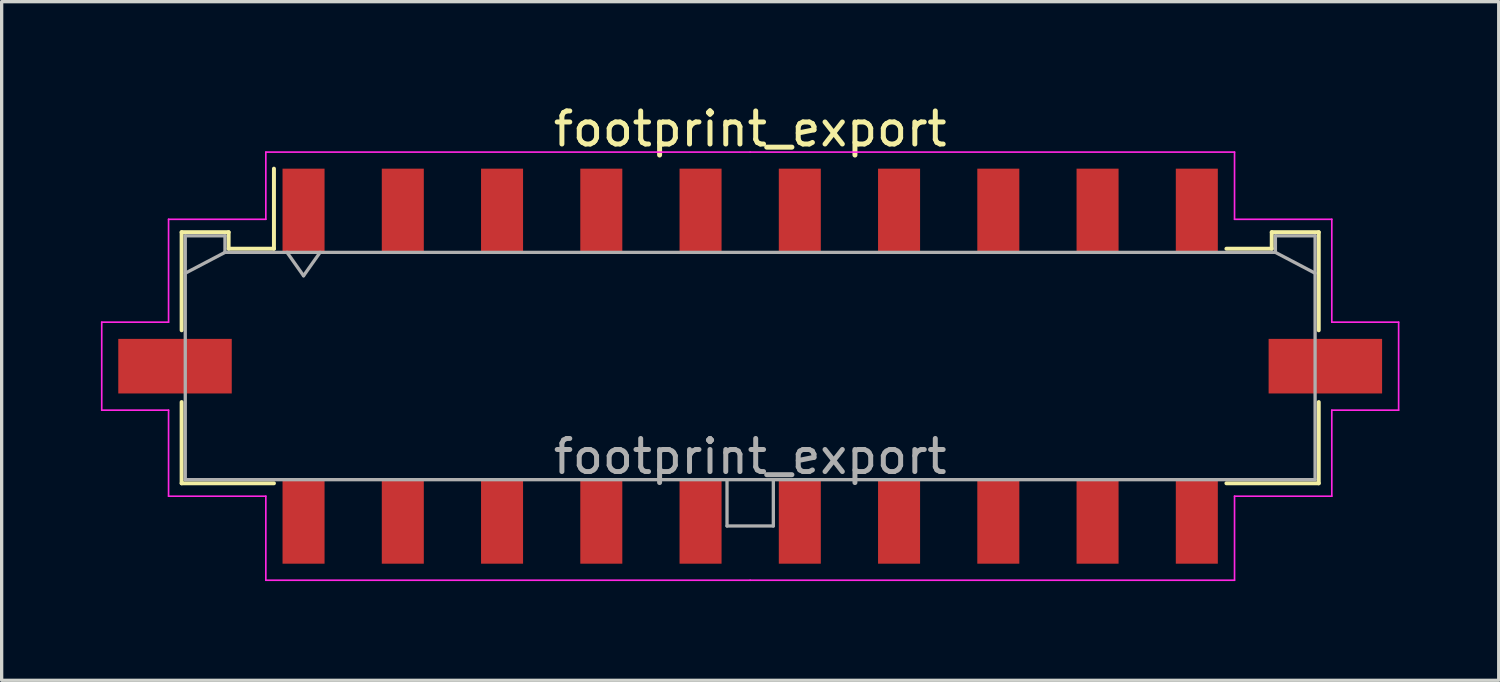
<source format=kicad_pcb>
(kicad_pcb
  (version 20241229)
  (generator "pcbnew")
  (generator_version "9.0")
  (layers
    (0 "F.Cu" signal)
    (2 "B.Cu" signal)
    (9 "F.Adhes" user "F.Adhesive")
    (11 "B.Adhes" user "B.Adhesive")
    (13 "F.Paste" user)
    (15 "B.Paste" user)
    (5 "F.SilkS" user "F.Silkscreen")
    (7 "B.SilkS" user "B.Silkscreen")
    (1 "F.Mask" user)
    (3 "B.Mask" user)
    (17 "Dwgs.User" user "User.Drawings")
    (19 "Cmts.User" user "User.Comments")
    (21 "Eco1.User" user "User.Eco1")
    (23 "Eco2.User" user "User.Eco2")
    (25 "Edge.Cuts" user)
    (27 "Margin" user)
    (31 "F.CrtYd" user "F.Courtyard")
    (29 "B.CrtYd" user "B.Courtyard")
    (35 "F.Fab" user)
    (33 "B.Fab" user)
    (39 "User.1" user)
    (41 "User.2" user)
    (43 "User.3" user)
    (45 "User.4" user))
  (footprint "footprint_export"
    (layer "F.Cu")
    (at 19.625 8.018)
    (property "Reference" "footprint_export" (at 0 -7.17 0) (layer "F.SilkS") (effects (font (size 1 1) (thickness 0.15))))
    (attr smd)
    (fp_line (start -17.185 -4.05) (end -15.765 -4.05) (stroke (width 0.12) (type solid)) (layer "F.SilkS"))
    (fp_line (start -17.185 -1.085) (end -17.185 -4.05) (stroke (width 0.12) (type solid)) (layer "F.SilkS"))
    (fp_line (start -17.185 1.085) (end -17.185 3.54) (stroke (width 0.12) (type solid)) (layer "F.SilkS"))
    (fp_line (start -17.185 3.54) (end -14.395 3.54) (stroke (width 0.12) (type solid)) (layer "F.SilkS"))
    (fp_line (start -15.765 -4.05) (end -15.765 -3.55) (stroke (width 0.12) (type solid)) (layer "F.SilkS"))
    (fp_line (start -15.765 -3.55) (end -14.395 -3.55) (stroke (width 0.12) (type solid)) (layer "F.SilkS"))
    (fp_line (start -14.395 -3.55) (end -14.395 -5.97) (stroke (width 0.12) (type solid)) (layer "F.SilkS"))
    (fp_line (start 15.765 -4.05) (end 15.765 -3.55) (stroke (width 0.12) (type solid)) (layer "F.SilkS"))
    (fp_line (start 15.765 -3.55) (end 14.395 -3.55) (stroke (width 0.12) (type solid)) (layer "F.SilkS"))
    (fp_line (start 17.185 -4.05) (end 15.765 -4.05) (stroke (width 0.12) (type solid)) (layer "F.SilkS"))
    (fp_line (start 17.185 -1.085) (end 17.185 -4.05) (stroke (width 0.12) (type solid)) (layer "F.SilkS"))
    (fp_line (start 17.185 1.085) (end 17.185 3.54) (stroke (width 0.12) (type solid)) (layer "F.SilkS"))
    (fp_line (start 17.185 3.54) (end 14.395 3.54) (stroke (width 0.12) (type solid)) (layer "F.SilkS"))
    (fp_line (start -19.6 -1.33) (end -19.6 1.33) (stroke (width 0.05) (type solid)) (layer "F.CrtYd"))
    (fp_line (start -19.6 1.33) (end -17.58 1.33) (stroke (width 0.05) (type solid)) (layer "F.CrtYd"))
    (fp_line (start -17.58 -4.44) (end -17.58 -1.33) (stroke (width 0.05) (type solid)) (layer "F.CrtYd"))
    (fp_line (start -17.58 -1.33) (end -19.6 -1.33) (stroke (width 0.05) (type solid)) (layer "F.CrtYd"))
    (fp_line (start -17.58 1.33) (end -17.58 3.93) (stroke (width 0.05) (type solid)) (layer "F.CrtYd"))
    (fp_line (start -17.58 3.93) (end -14.64 3.93) (stroke (width 0.05) (type solid)) (layer "F.CrtYd"))
    (fp_line (start -14.64 -6.47) (end -14.64 -4.44) (stroke (width 0.05) (type solid)) (layer "F.CrtYd"))
    (fp_line (start -14.64 -4.44) (end -17.58 -4.44) (stroke (width 0.05) (type solid)) (layer "F.CrtYd"))
    (fp_line (start -14.64 3.93) (end -14.64 6.47) (stroke (width 0.05) (type solid)) (layer "F.CrtYd"))
    (fp_line (start -14.64 6.47) (end 0 6.47) (stroke (width 0.05) (type solid)) (layer "F.CrtYd"))
    (fp_line (start 0 -6.47) (end -14.64 -6.47) (stroke (width 0.05) (type solid)) (layer "F.CrtYd"))
    (fp_line (start 0 -6.47) (end 14.64 -6.47) (stroke (width 0.05) (type solid)) (layer "F.CrtYd"))
    (fp_line (start 14.64 -6.47) (end 14.64 -4.44) (stroke (width 0.05) (type solid)) (layer "F.CrtYd"))
    (fp_line (start 14.64 -4.44) (end 17.58 -4.44) (stroke (width 0.05) (type solid)) (layer "F.CrtYd"))
    (fp_line (start 14.64 3.93) (end 14.64 6.47) (stroke (width 0.05) (type solid)) (layer "F.CrtYd"))
    (fp_line (start 14.64 6.47) (end 0 6.47) (stroke (width 0.05) (type solid)) (layer "F.CrtYd"))
    (fp_line (start 17.58 -4.44) (end 17.58 -1.33) (stroke (width 0.05) (type solid)) (layer "F.CrtYd"))
    (fp_line (start 17.58 -1.33) (end 19.6 -1.33) (stroke (width 0.05) (type solid)) (layer "F.CrtYd"))
    (fp_line (start 17.58 1.33) (end 17.58 3.93) (stroke (width 0.05) (type solid)) (layer "F.CrtYd"))
    (fp_line (start 17.58 3.93) (end 14.64 3.93) (stroke (width 0.05) (type solid)) (layer "F.CrtYd"))
    (fp_line (start 19.6 -1.33) (end 19.6 1.33) (stroke (width 0.05) (type solid)) (layer "F.CrtYd"))
    (fp_line (start 19.6 1.33) (end 17.58 1.33) (stroke (width 0.05) (type solid)) (layer "F.CrtYd"))
    (fp_line (start -17.075 -3.94) (end -17.075 3.43) (stroke (width 0.1) (type solid)) (layer "F.Fab"))
    (fp_line (start -17.075 -2.81) (end -15.875 -3.44) (stroke (width 0.1) (type solid)) (layer "F.Fab"))
    (fp_line (start -17.075 3.43) (end 17.075 3.43) (stroke (width 0.1) (type solid)) (layer "F.Fab"))
    (fp_line (start -15.875 -3.94) (end -17.075 -3.94) (stroke (width 0.1) (type solid)) (layer "F.Fab"))
    (fp_line (start -15.875 -3.44) (end -15.875 -3.94) (stroke (width 0.1) (type solid)) (layer "F.Fab"))
    (fp_line (start -14 -3.44) (end -13.5 -2.733) (stroke (width 0.1) (type solid)) (layer "F.Fab"))
    (fp_line (start -13.5 -2.733) (end -13 -3.44) (stroke (width 0.1) (type solid)) (layer "F.Fab"))
    (fp_line (start -0.7 3.43) (end -0.7 4.83) (stroke (width 0.1) (type solid)) (layer "F.Fab"))
    (fp_line (start -0.7 4.83) (end 0.7 4.83) (stroke (width 0.1) (type solid)) (layer "F.Fab"))
    (fp_line (start 0.7 4.83) (end 0.7 3.43) (stroke (width 0.1) (type solid)) (layer "F.Fab"))
    (fp_line (start 15.875 -3.94) (end 15.875 -3.44) (stroke (width 0.1) (type solid)) (layer "F.Fab"))
    (fp_line (start 15.875 -3.44) (end -15.875 -3.44) (stroke (width 0.1) (type solid)) (layer "F.Fab"))
    (fp_line (start 17.075 -3.94) (end 15.875 -3.94) (stroke (width 0.1) (type solid)) (layer "F.Fab"))
    (fp_line (start 17.075 -2.81) (end 15.875 -3.44) (stroke (width 0.1) (type solid)) (layer "F.Fab"))
    (fp_line (start 17.075 3.43) (end 17.075 -3.94) (stroke (width 0.1) (type solid)) (layer "F.Fab"))
    (fp_text user "${REFERENCE}" (at 0 2.73 0) (layer "F.Fab") (effects (font (size 1 1) (thickness 0.15))))
    (pad "1" smd rect (at -13.5 -4.7) (size 1.27 2.54) (layers "F.Cu" "F.Mask" "F.Paste"))
    (pad "2" smd rect (at -10.5 -4.7) (size 1.27 2.54) (layers "F.Cu" "F.Mask" "F.Paste"))
    (pad "3" smd rect (at -7.5 -4.7) (size 1.27 2.54) (layers "F.Cu" "F.Mask" "F.Paste"))
    (pad "4" smd rect (at -4.5 -4.7) (size 1.27 2.54) (layers "F.Cu" "F.Mask" "F.Paste"))
    (pad "5" smd rect (at -1.5 -4.7) (size 1.27 2.54) (layers "F.Cu" "F.Mask" "F.Paste"))
    (pad "6" smd rect (at 1.5 -4.7) (size 1.27 2.54) (layers "F.Cu" "F.Mask" "F.Paste"))
    (pad "7" smd rect (at 4.5 -4.7) (size 1.27 2.54) (layers "F.Cu" "F.Mask" "F.Paste"))
    (pad "8" smd rect (at 7.5 -4.7) (size 1.27 2.54) (layers "F.Cu" "F.Mask" "F.Paste"))
    (pad "9" smd rect (at 10.5 -4.7) (size 1.27 2.54) (layers "F.Cu" "F.Mask" "F.Paste"))
    (pad "10" smd rect (at 13.5 -4.7) (size 1.27 2.54) (layers "F.Cu" "F.Mask" "F.Paste"))
    (pad "11" smd rect (at -13.5 4.7) (size 1.27 2.54) (layers "F.Cu" "F.Mask" "F.Paste"))
    (pad "12" smd rect (at -10.5 4.7) (size 1.27 2.54) (layers "F.Cu" "F.Mask" "F.Paste"))
    (pad "13" smd rect (at -7.5 4.7) (size 1.27 2.54) (layers "F.Cu" "F.Mask" "F.Paste"))
    (pad "14" smd rect (at -4.5 4.7) (size 1.27 2.54) (layers "F.Cu" "F.Mask" "F.Paste"))
    (pad "15" smd rect (at -1.5 4.7) (size 1.27 2.54) (layers "F.Cu" "F.Mask" "F.Paste"))
    (pad "16" smd rect (at 1.5 4.7) (size 1.27 2.54) (layers "F.Cu" "F.Mask" "F.Paste"))
    (pad "17" smd rect (at 4.5 4.7) (size 1.27 2.54) (layers "F.Cu" "F.Mask" "F.Paste"))
    (pad "18" smd rect (at 7.5 4.7) (size 1.27 2.54) (layers "F.Cu" "F.Mask" "F.Paste"))
    (pad "19" smd rect (at 10.5 4.7) (size 1.27 2.54) (layers "F.Cu" "F.Mask" "F.Paste"))
    (pad "20" smd rect (at 13.5 4.7) (size 1.27 2.54) (layers "F.Cu" "F.Mask" "F.Paste"))
    (pad "MP" smd rect (at -17.385 0) (size 3.43 1.65) (layers "F.Cu" "F.Mask" "F.Paste"))
    (pad "MP" smd rect (at 17.385 0) (size 3.43 1.65) (layers "F.Cu" "F.Mask" "F.Paste")))
  (gr_rect
    (start -3 -3)
    (end 42.25 17.513)
    (stroke (width 0.1) (type default))
    (fill no)
    (layer "Edge.Cuts")))
</source>
